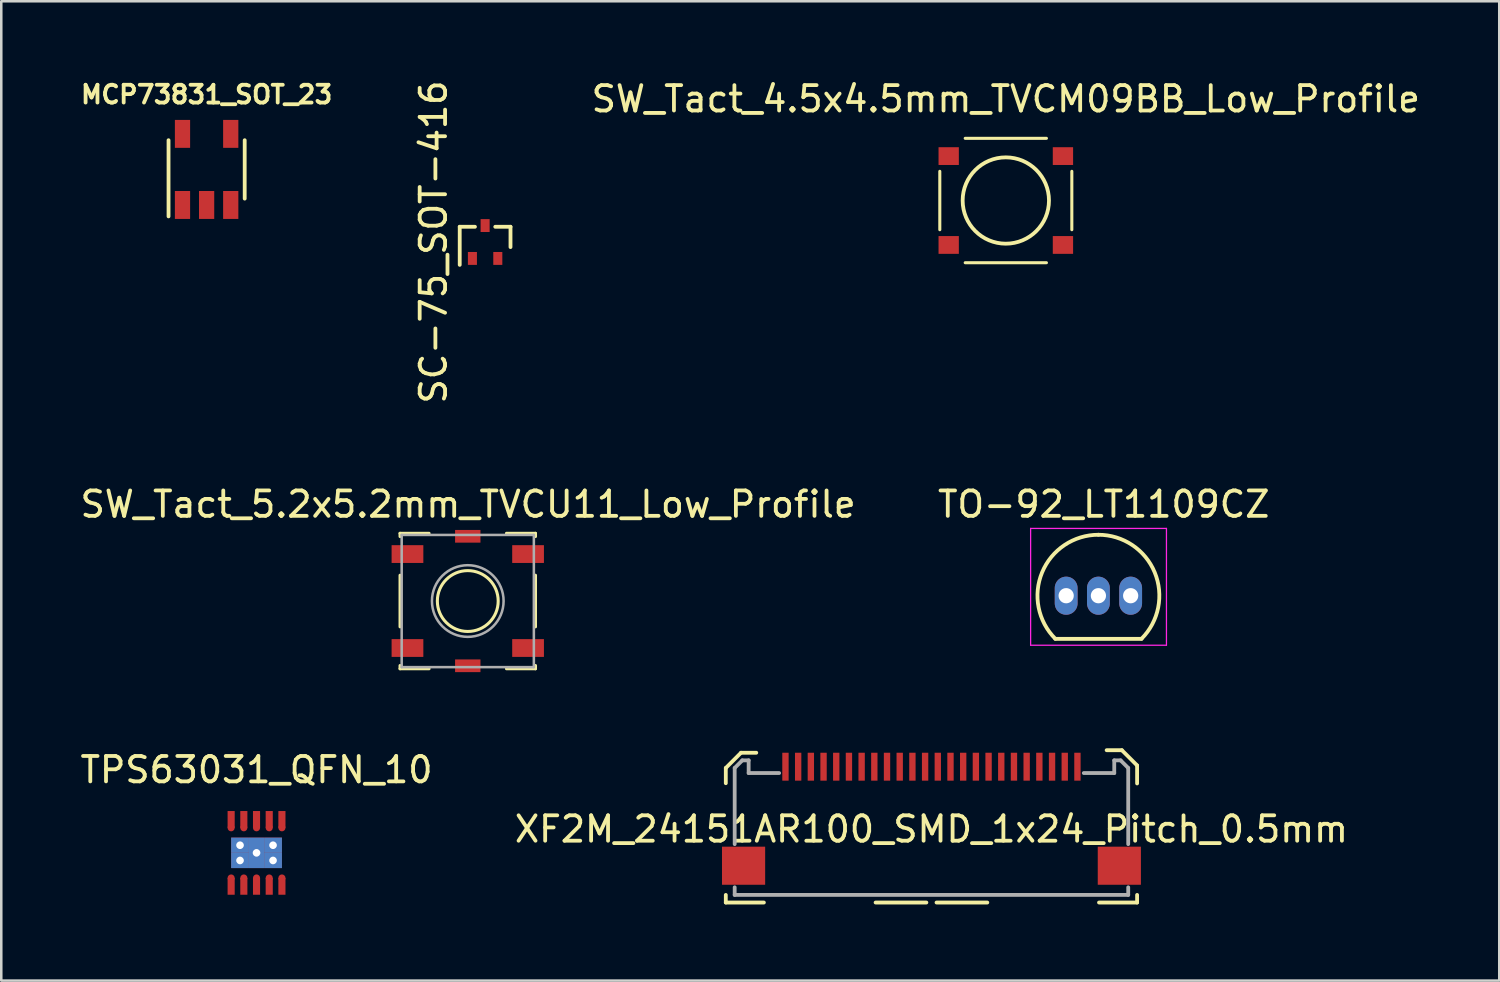
<source format=kicad_pcb>
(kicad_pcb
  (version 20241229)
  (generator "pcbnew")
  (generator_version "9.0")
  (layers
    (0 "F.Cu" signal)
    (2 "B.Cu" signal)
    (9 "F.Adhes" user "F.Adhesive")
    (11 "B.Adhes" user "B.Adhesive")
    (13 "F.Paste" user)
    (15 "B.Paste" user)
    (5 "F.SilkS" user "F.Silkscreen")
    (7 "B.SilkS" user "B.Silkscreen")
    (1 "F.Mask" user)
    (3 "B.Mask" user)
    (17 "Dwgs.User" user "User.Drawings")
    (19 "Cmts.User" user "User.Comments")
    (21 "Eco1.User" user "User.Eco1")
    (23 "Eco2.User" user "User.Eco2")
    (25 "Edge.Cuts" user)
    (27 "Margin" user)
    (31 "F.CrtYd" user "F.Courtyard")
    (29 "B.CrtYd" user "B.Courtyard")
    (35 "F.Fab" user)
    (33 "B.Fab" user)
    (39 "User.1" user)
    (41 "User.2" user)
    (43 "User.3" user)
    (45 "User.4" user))
  (footprint "SW_Tact_5.2x5.2mm_TVCU11_Low_Profile"
    (layer "F.Cu")
    (at 15.374 20.623)
    (property "Reference" "SW_Tact_5.2x5.2mm_TVCU11_Low_Profile" (at 0.013 -3.81 0) (layer "F.SilkS") (effects (font (size 1 1) (thickness 0.15))))
    (attr through_hole)
    (fp_line (start -2.667 -2.667) (end -2.667 -2.54) (stroke (width 0.12) (type solid)) (layer "F.SilkS"))
    (fp_line (start -2.667 1.016) (end -2.667 -1.016) (stroke (width 0.12) (type solid)) (layer "F.SilkS"))
    (fp_line (start -2.667 2.54) (end -2.667 2.667) (stroke (width 0.12) (type solid)) (layer "F.SilkS"))
    (fp_line (start -2.667 2.667) (end -1.524 2.667) (stroke (width 0.12) (type solid)) (layer "F.SilkS"))
    (fp_line (start -1.524 -2.667) (end -2.667 -2.667) (stroke (width 0.12) (type solid)) (layer "F.SilkS"))
    (fp_line (start 2.667 -2.667) (end 1.524 -2.667) (stroke (width 0.12) (type solid)) (layer "F.SilkS"))
    (fp_line (start 2.667 -2.54) (end 2.667 -2.667) (stroke (width 0.12) (type solid)) (layer "F.SilkS"))
    (fp_line (start 2.667 1.016) (end 2.667 -1.016) (stroke (width 0.12) (type solid)) (layer "F.SilkS"))
    (fp_line (start 2.667 2.54) (end 2.667 2.667) (stroke (width 0.12) (type solid)) (layer "F.SilkS"))
    (fp_line (start 2.667 2.667) (end 1.524 2.667) (stroke (width 0.12) (type solid)) (layer "F.SilkS"))
    (fp_circle (center 0 0) (end 0.635 1.016) (stroke (width 0.12) (type solid)) (fill no) (layer "F.SilkS"))
    (fp_line (start -2.603 -2.603) (end -2.603 2.603) (stroke (width 0.1) (type solid)) (layer "F.Fab"))
    (fp_line (start -2.603 2.603) (end 2.603 2.603) (stroke (width 0.1) (type solid)) (layer "F.Fab"))
    (fp_line (start 2.603 -2.603) (end -2.603 -2.603) (stroke (width 0.1) (type solid)) (layer "F.Fab"))
    (fp_line (start 2.603 2.603) (end 2.603 -2.603) (stroke (width 0.1) (type solid)) (layer "F.Fab"))
    (fp_circle (center 0 0) (end 1.411 0) (stroke (width 0.1) (type solid)) (fill no) (layer "F.Fab"))
    (pad "1" smd rect (at -2.375 -1.85) (size 1.25 0.7) (layers "F.Cu" "F.Mask" "F.Paste"))
    (pad "1" smd rect (at 2.375 -1.85) (size 1.25 0.7) (layers "F.Cu" "F.Mask" "F.Paste"))
    (pad "2" smd rect (at -2.375 1.85) (size 1.25 0.7) (layers "F.Cu" "F.Mask" "F.Paste"))
    (pad "2" smd rect (at 2.375 1.85) (size 1.25 0.7) (layers "F.Cu" "F.Mask" "F.Paste"))
    (pad "3" smd rect (at 0 -2.55) (size 1 0.5) (layers "F.Cu" "F.Mask" "F.Paste"))
    (pad "4" smd rect (at 0 2.55) (size 1 0.5) (layers "F.Cu" "F.Mask" "F.Paste")))
  (footprint "SW_Tact_4.5x4.5mm_TVCM09BB_Low_Profile"
    (layer "F.Cu")
    (at 36.566 4.848)
    (property "Reference" "SW_Tact_4.5x4.5mm_TVCM09BB_Low_Profile" (at 0 -4 0) (layer "F.SilkS") (effects (font (size 1 1) (thickness 0.15))))
    (attr through_hole)
    (fp_line (start -2.6 -1.15) (end -2.6 1.15) (stroke (width 0.12) (type solid)) (layer "F.SilkS"))
    (fp_line (start -1.6 -2.45) (end 1.6 -2.45) (stroke (width 0.12) (type solid)) (layer "F.SilkS"))
    (fp_line (start -1.6 2.45) (end 1.6 2.45) (stroke (width 0.12) (type solid)) (layer "F.SilkS"))
    (fp_line (start 2.6 -1.15) (end 2.6 1.15) (stroke (width 0.12) (type solid)) (layer "F.SilkS"))
    (fp_circle (center 0 0) (end 0 -1.7) (stroke (width 0.15) (type solid)) (fill no) (layer "F.SilkS"))
    (pad "1" smd rect (at -2.25 -1.75) (size 0.8 0.7) (layers "F.Cu" "F.Mask" "F.Paste"))
    (pad "1" smd rect (at 2.25 -1.75) (size 0.8 0.7) (layers "F.Cu" "F.Mask" "F.Paste"))
    (pad "2" smd rect (at -2.25 1.75) (size 0.8 0.7) (layers "F.Cu" "F.Mask" "F.Paste"))
    (pad "2" smd rect (at 2.25 1.75) (size 0.8 0.7) (layers "F.Cu" "F.Mask" "F.Paste")))
  (footprint "TO-92_LT1109CZ"
    (layer "F.Cu")
    (at 38.943 20.413)
    (property "Reference" "TO-92_LT1109CZ" (at 1.48 -3.6 0) (layer "F.SilkS") (effects (font (size 1 1) (thickness 0.15))))
    (attr through_hole)
    (fp_line (start -0.43 1.7) (end 2.97 1.7) (stroke (width 0.15) (type solid)) (layer "F.SilkS"))
    (fp_arc (start -0.427056 1.697056) (mid -0.947311 -0.91844) (end 1.27 -2.4) (stroke (width 0.15) (type solid)) (layer "F.SilkS"))
    (fp_arc (start 1.27 -2.4) (mid 3.487311 -0.91844) (end 2.967056 1.697056) (stroke (width 0.15) (type solid)) (layer "F.SilkS"))
    (fp_line (start -1.4 -2.65) (end 3.95 -2.65) (stroke (width 0.05) (type solid)) (layer "F.CrtYd"))
    (fp_line (start -1.4 1.95) (end -1.4 -2.65) (stroke (width 0.05) (type solid)) (layer "F.CrtYd"))
    (fp_line (start -1.4 1.95) (end 3.95 1.95) (stroke (width 0.05) (type solid)) (layer "F.CrtYd"))
    (fp_line (start 3.95 1.95) (end 3.95 -2.65) (stroke (width 0.05) (type solid)) (layer "F.CrtYd"))
    (pad "1" thru_hole oval (at 2.54 0 180) (size 0.899 1.501) (drill 0.6) (layers "*.Cu" "*.Mask"))
    (pad "2" thru_hole oval (at 1.27 0 180) (size 0.899 1.501) (drill 0.6) (layers "*.Cu" "*.Mask"))
    (pad "3" thru_hole oval (at 0 0 180) (size 0.899 1.501) (drill 0.6) (layers "*.Cu" "*.Mask")))
  (footprint "TPS63031_QFN_10"
    (layer "F.Cu")
    (at 7.054 30.541)
    (property "Reference" "TPS63031_QFN_10" (at 0 -3.27 0) (layer "F.SilkS") (effects (font (size 1 1) (thickness 0.15))))
    (attr through_hole)
    (pad "" smd circle (at -1 -0.987 180) (size 0.28 0.28) (layers "F.Cu" "F.Mask" "F.Paste"))
    (pad "" smd circle (at -1 0.99) (size 0.28 0.28) (layers "F.Cu" "F.Mask" "F.Paste"))
    (pad "" thru_hole rect (at -0.65 -0.3) (size 0.7 0.6) (drill 0.3) (layers "*.Cu" "*.Mask"))
    (pad "" thru_hole rect (at -0.65 0.3) (size 0.7 0.6) (drill 0.3) (layers "*.Cu" "*.Mask"))
    (pad "" smd circle (at -0.5 -0.987 180) (size 0.28 0.28) (layers "F.Cu" "F.Mask" "F.Paste"))
    (pad "" smd circle (at -0.5 0.99) (size 0.28 0.28) (layers "F.Cu" "F.Mask" "F.Paste"))
    (pad "" smd circle (at -0.000334 -0.987 180) (size 0.28 0.28) (layers "F.Cu" "F.Mask" "F.Paste"))
    (pad "" thru_hole rect (at 0 0) (size 0.6 1.2) (drill 0.3) (layers "*.Cu" "*.Mask"))
    (pad "" smd circle (at 0 0.99) (size 0.28 0.28) (layers "F.Cu" "F.Mask" "F.Paste"))
    (pad "" smd circle (at 0.5 -0.987 180) (size 0.28 0.28) (layers "F.Cu" "F.Mask" "F.Paste"))
    (pad "" smd circle (at 0.5 0.99) (size 0.28 0.28) (layers "F.Cu" "F.Mask" "F.Paste"))
    (pad "" thru_hole rect (at 0.65 -0.3) (size 0.7 0.6) (drill 0.3) (layers "*.Cu" "*.Mask"))
    (pad "" thru_hole rect (at 0.65 0.3) (size 0.7 0.6) (drill 0.3) (layers "*.Cu" "*.Mask"))
    (pad "" smd circle (at 1 -0.987 180) (size 0.28 0.28) (layers "F.Cu" "F.Mask" "F.Paste"))
    (pad "" smd circle (at 1 0.99) (size 0.28 0.28) (layers "F.Cu" "F.Mask" "F.Paste"))
    (pad "1" smd rect (at -1 -1.317 180) (size 0.28 0.66) (layers "F.Cu" "F.Mask" "F.Paste"))
    (pad "2" smd rect (at -0.5 -1.317 180) (size 0.28 0.66) (layers "F.Cu" "F.Mask" "F.Paste"))
    (pad "3" smd rect (at -0.000334 -1.317 180) (size 0.28 0.66) (layers "F.Cu" "F.Mask" "F.Paste"))
    (pad "4" smd rect (at 0.5 -1.317 180) (size 0.28 0.66) (layers "F.Cu" "F.Mask" "F.Paste"))
    (pad "5" smd rect (at 1 -1.317 180) (size 0.28 0.66) (layers "F.Cu" "F.Mask" "F.Paste"))
    (pad "6" smd rect (at 1 1.32) (size 0.28 0.66) (layers "F.Cu" "F.Mask" "F.Paste"))
    (pad "7" smd rect (at 0.5 1.32) (size 0.28 0.66) (layers "F.Cu" "F.Mask" "F.Paste"))
    (pad "8" smd rect (at 0 1.32) (size 0.28 0.66) (layers "F.Cu" "F.Mask" "F.Paste"))
    (pad "9" smd rect (at -0.5 1.32) (size 0.28 0.66) (layers "F.Cu" "F.Mask" "F.Paste"))
    (pad "10" smd rect (at -1 1.32) (size 0.28 0.66) (layers "F.Cu" "F.Mask" "F.Paste")))
  (footprint "SC-75_SOT-416"
    (layer "F.Cu")
    (at 16.057 6.482)
    (property "Reference" "SC-75_SOT-416" (at -2.032 0 90) (layer "F.SilkS") (effects (font (size 1 1) (thickness 0.15))))
    (attr through_hole)
    (fp_line (start -1 -0.6) (end -1 0.9) (stroke (width 0.15) (type solid)) (layer "F.SilkS"))
    (fp_line (start -0.4 -0.6) (end -1 -0.6) (stroke (width 0.15) (type solid)) (layer "F.SilkS"))
    (fp_line (start 0.4 -0.6) (end 1 -0.6) (stroke (width 0.15) (type solid)) (layer "F.SilkS"))
    (fp_line (start 1 -0.6) (end 1 0.2) (stroke (width 0.15) (type solid)) (layer "F.SilkS"))
    (pad "1" smd rect (at -0.5 0.647) (size 0.356 0.508) (layers "F.Cu" "F.Mask" "F.Paste"))
    (pad "2" smd rect (at 0.5 0.647) (size 0.356 0.508) (layers "F.Cu" "F.Mask" "F.Paste"))
    (pad "3" smd rect (at 0 -0.648) (size 0.356 0.508) (layers "F.Cu" "F.Mask" "F.Paste")))
  (footprint "XF2M_24151AR100_SMD_1x24_Pitch_0.5mm"
    (layer "F.Cu")
    (at 33.637 30.298)
    (property "Reference" "XF2M_24151AR100_SMD_1x24_Pitch_0.5mm" (at 0 -0.69 0) (layer "F.SilkS") (effects (font (size 1 1) (thickness 0.15))))
    (attr through_hole)
    (fp_line (start -8.1 -3.1) (end -7.5 -3.7) (stroke (width 0.15) (type solid)) (layer "F.SilkS"))
    (fp_line (start -8.1 -2.5) (end -8.1 -3.1) (stroke (width 0.15) (type solid)) (layer "F.SilkS"))
    (fp_line (start -8.1 1.9) (end -8.1 2.2) (stroke (width 0.15) (type solid)) (layer "F.SilkS"))
    (fp_line (start -8.1 2.2) (end -6.6 2.2) (stroke (width 0.15) (type solid)) (layer "F.SilkS"))
    (fp_line (start -7.5 -3.7) (end -6.9 -3.7) (stroke (width 0.15) (type solid)) (layer "F.SilkS"))
    (fp_line (start -0.2 2.2) (end -2.2 2.2) (stroke (width 0.15) (type solid)) (layer "F.SilkS"))
    (fp_line (start 0.2 2.2) (end 2.2 2.2) (stroke (width 0.15) (type solid)) (layer "F.SilkS"))
    (fp_line (start 7.5 -3.8) (end 6.9 -3.8) (stroke (width 0.15) (type solid)) (layer "F.SilkS"))
    (fp_line (start 8.1 -3.2) (end 7.5 -3.8) (stroke (width 0.15) (type solid)) (layer "F.SilkS"))
    (fp_line (start 8.1 -2.49) (end 8.1 -3.2) (stroke (width 0.15) (type solid)) (layer "F.SilkS"))
    (fp_line (start 8.1 1.9) (end 8.1 2.2) (stroke (width 0.15) (type solid)) (layer "F.SilkS"))
    (fp_line (start 8.1 2.2) (end 6.6 2.2) (stroke (width 0.15) (type solid)) (layer "F.SilkS"))
    (fp_line (start -7.75 -3.1) (end -7.45 -3.4) (stroke (width 0.15) (type solid)) (layer "F.Fab"))
    (fp_line (start -7.75 -0.1) (end -7.75 -3.1) (stroke (width 0.15) (type solid)) (layer "F.Fab"))
    (fp_line (start -7.75 1.9) (end -7.75 1.6) (stroke (width 0.15) (type solid)) (layer "F.Fab"))
    (fp_line (start -7.45 -3.4) (end -7.2 -3.4) (stroke (width 0.15) (type solid)) (layer "F.Fab"))
    (fp_line (start -7.2 -3.4) (end -7.2 -2.9) (stroke (width 0.15) (type solid)) (layer "F.Fab"))
    (fp_line (start -7.2 -2.9) (end -6 -2.9) (stroke (width 0.15) (type solid)) (layer "F.Fab"))
    (fp_line (start 7.2 -3.4) (end 7.2 -2.9) (stroke (width 0.15) (type solid)) (layer "F.Fab"))
    (fp_line (start 7.2 -2.9) (end 6 -2.9) (stroke (width 0.15) (type solid)) (layer "F.Fab"))
    (fp_line (start 7.45 -3.4) (end 7.2 -3.4) (stroke (width 0.15) (type solid)) (layer "F.Fab"))
    (fp_line (start 7.75 -3.1) (end 7.45 -3.4) (stroke (width 0.15) (type solid)) (layer "F.Fab"))
    (fp_line (start 7.75 -0.1) (end 7.75 -3.1) (stroke (width 0.15) (type solid)) (layer "F.Fab"))
    (fp_line (start 7.75 1.9) (end -7.75 1.9) (stroke (width 0.15) (type solid)) (layer "F.Fab"))
    (fp_line (start 7.75 1.9) (end 7.75 1.6) (stroke (width 0.15) (type solid)) (layer "F.Fab"))
    (pad "1" smd rect (at -5.75 -3.15) (size 0.25 1.1) (layers "F.Cu" "F.Mask" "F.Paste"))
    (pad "2" smd rect (at -5.25 -3.15) (size 0.25 1.1) (layers "F.Cu" "F.Mask" "F.Paste"))
    (pad "3" smd rect (at -7.4 0.75) (size 1.7 1.5) (layers "F.Cu" "F.Mask" "F.Paste"))
    (pad "3" smd rect (at -4.75 -3.15) (size 0.25 1.1) (layers "F.Cu" "F.Mask" "F.Paste"))
    (pad "3" smd rect (at 7.4 0.75) (size 1.7 1.5) (layers "F.Cu" "F.Mask" "F.Paste"))
    (pad "4" smd rect (at -4.25 -3.15) (size 0.25 1.1) (layers "F.Cu" "F.Mask" "F.Paste"))
    (pad "5" smd rect (at -3.75 -3.15) (size 0.25 1.1) (layers "F.Cu" "F.Mask" "F.Paste"))
    (pad "6" smd rect (at -3.25 -3.15) (size 0.25 1.1) (layers "F.Cu" "F.Mask" "F.Paste"))
    (pad "7" smd rect (at -2.75 -3.15) (size 0.25 1.1) (layers "F.Cu" "F.Mask" "F.Paste"))
    (pad "8" smd rect (at -2.25 -3.15) (size 0.25 1.1) (layers "F.Cu" "F.Mask" "F.Paste"))
    (pad "9" smd rect (at -1.75 -3.15) (size 0.25 1.1) (layers "F.Cu" "F.Mask" "F.Paste"))
    (pad "10" smd rect (at -1.25 -3.15) (size 0.25 1.1) (layers "F.Cu" "F.Mask" "F.Paste"))
    (pad "11" smd rect (at -0.75 -3.15) (size 0.25 1.1) (layers "F.Cu" "F.Mask" "F.Paste"))
    (pad "12" smd rect (at -0.25 -3.15) (size 0.25 1.1) (layers "F.Cu" "F.Mask" "F.Paste"))
    (pad "13" smd rect (at 0.25 -3.15) (size 0.25 1.1) (layers "F.Cu" "F.Mask" "F.Paste"))
    (pad "14" smd rect (at 0.75 -3.15) (size 0.25 1.1) (layers "F.Cu" "F.Mask" "F.Paste"))
    (pad "15" smd rect (at 1.25 -3.15) (size 0.25 1.1) (layers "F.Cu" "F.Mask" "F.Paste"))
    (pad "16" smd rect (at 1.75 -3.15) (size 0.25 1.1) (layers "F.Cu" "F.Mask" "F.Paste"))
    (pad "17" smd rect (at 2.25 -3.15) (size 0.25 1.1) (layers "F.Cu" "F.Mask" "F.Paste"))
    (pad "18" smd rect (at 2.75 -3.15) (size 0.25 1.1) (layers "F.Cu" "F.Mask" "F.Paste"))
    (pad "19" smd rect (at 3.25 -3.15) (size 0.25 1.1) (layers "F.Cu" "F.Mask" "F.Paste"))
    (pad "20" smd rect (at 3.75 -3.15) (size 0.25 1.1) (layers "F.Cu" "F.Mask" "F.Paste"))
    (pad "21" smd rect (at 4.25 -3.15) (size 0.25 1.1) (layers "F.Cu" "F.Mask" "F.Paste"))
    (pad "22" smd rect (at 4.75 -3.15) (size 0.25 1.1) (layers "F.Cu" "F.Mask" "F.Paste"))
    (pad "23" smd rect (at 5.25 -3.15) (size 0.25 1.1) (layers "F.Cu" "F.Mask" "F.Paste"))
    (pad "24" smd rect (at 5.75 -3.15) (size 0.25 1.1) (layers "F.Cu" "F.Mask" "F.Paste")))
  (footprint "MCP73831_SOT_23"
    (layer "F.Cu")
    (at 5.088 3.573)
    (property "Reference" "MCP73831_SOT_23" (at 0 -2.9 0) (layer "F.SilkS") (effects (font (size 0.7 0.7) (thickness 0.15))))
    (attr through_hole)
    (fp_line (start -1.5 1.9) (end -1.5 -1.1) (stroke (width 0.15) (type solid)) (layer "F.SilkS"))
    (fp_line (start 1.5 -1.1) (end 1.5 1.2) (stroke (width 0.15) (type solid)) (layer "F.SilkS"))
    (pad "1" smd rect (at -0.95 1.45) (size 0.6 1.1) (layers "F.Cu" "F.Mask" "F.Paste"))
    (pad "2" smd rect (at 0 1.45) (size 0.6 1.1) (layers "F.Cu" "F.Mask" "F.Paste"))
    (pad "3" smd rect (at 0.95 1.45) (size 0.6 1.1) (layers "F.Cu" "F.Mask" "F.Paste"))
    (pad "4" smd rect (at 0.95 -1.35) (size 0.6 1.1) (layers "F.Cu" "F.Mask" "F.Paste"))
    (pad "5" smd rect (at -0.95 -1.35) (size 0.6 1.1) (layers "F.Cu" "F.Mask" "F.Paste")))
  (gr_rect
    (start -3 -3)
    (end 56.001 35.573)
    (stroke (width 0.1) (type default))
    (fill no)
    (layer "Edge.Cuts")))
</source>
